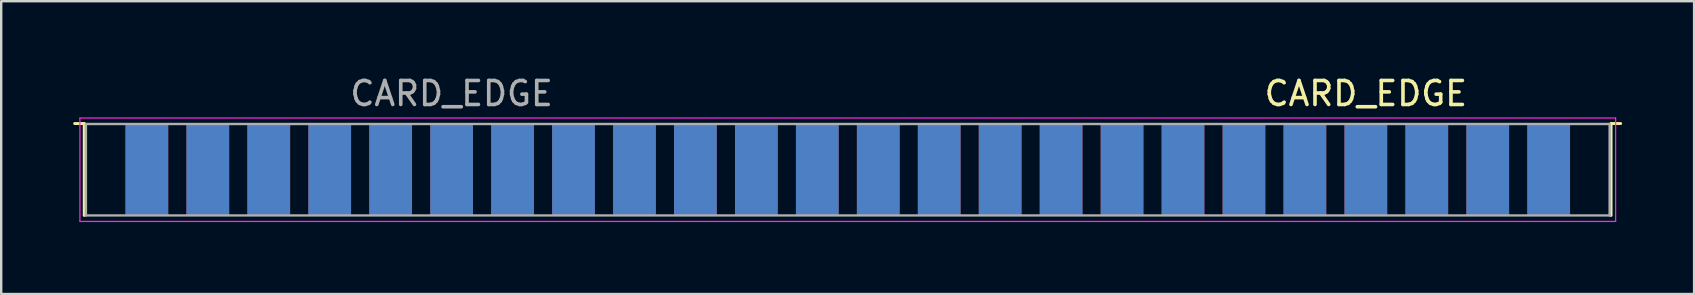
<source format=kicad_pcb>
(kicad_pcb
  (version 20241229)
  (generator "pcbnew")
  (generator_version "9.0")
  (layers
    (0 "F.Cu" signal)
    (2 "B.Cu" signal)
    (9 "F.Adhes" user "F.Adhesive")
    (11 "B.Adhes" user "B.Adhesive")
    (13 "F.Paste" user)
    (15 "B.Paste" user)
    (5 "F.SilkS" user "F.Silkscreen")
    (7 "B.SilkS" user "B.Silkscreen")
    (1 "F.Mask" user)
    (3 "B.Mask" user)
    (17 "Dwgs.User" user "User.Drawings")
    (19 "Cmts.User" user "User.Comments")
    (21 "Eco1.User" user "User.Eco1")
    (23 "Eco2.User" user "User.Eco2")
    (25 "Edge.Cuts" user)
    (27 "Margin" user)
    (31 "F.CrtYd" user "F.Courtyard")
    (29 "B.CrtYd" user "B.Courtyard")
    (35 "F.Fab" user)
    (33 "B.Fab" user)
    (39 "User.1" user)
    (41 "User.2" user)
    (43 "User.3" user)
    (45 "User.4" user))
  (footprint "CARD_EDGE"
    (layer "F.Cu")
    (at 33.55 4.023)
    (property "Reference" "CARD_EDGE" (at 20.32 -3.175 0) (layer "F.SilkS") (effects (font (size 1 1) (thickness 0.15))))
    (attr exclude_from_pos_files exclude_from_bom)
    (fp_line (start -33.09 -1.925) (end -33.49 -1.925) (stroke (width 0.12) (type solid)) (layer "F.SilkS"))
    (fp_line (start -33.09 1.905) (end -33.09 -1.925) (stroke (width 0.12) (type solid)) (layer "F.SilkS"))
    (fp_line (start 30.54 -1.925) (end 30.94 -1.925) (stroke (width 0.12) (type solid)) (layer "F.SilkS"))
    (fp_line (start 30.54 1.905) (end 30.54 -1.925) (stroke (width 0.12) (type solid)) (layer "F.SilkS"))
    (fp_line (start -33.27 -2.155) (end -33.27 2.155) (stroke (width 0.05) (type solid)) (layer "F.CrtYd"))
    (fp_line (start -33.27 -2.155) (end 30.73 -2.155) (stroke (width 0.05) (type solid)) (layer "F.CrtYd"))
    (fp_line (start 30.73 2.155) (end -33.27 2.155) (stroke (width 0.05) (type solid)) (layer "F.CrtYd"))
    (fp_line (start 30.73 2.155) (end 30.73 -2.155) (stroke (width 0.05) (type solid)) (layer "F.CrtYd"))
    (fp_line (start -33.02 -1.905) (end 30.48 -1.905) (stroke (width 0.1) (type solid)) (layer "F.Fab"))
    (fp_line (start -33.02 1.905) (end -33.02 -1.905) (stroke (width 0.1) (type solid)) (layer "F.Fab"))
    (fp_line (start 30.48 -1.905) (end 30.48 1.905) (stroke (width 0.1) (type solid)) (layer "F.Fab"))
    (fp_line (start 30.48 1.905) (end -33.02 1.905) (stroke (width 0.1) (type solid)) (layer "F.Fab"))
    (fp_text user "${REFERENCE}" (at -17.78 -3.175 0) (layer "F.Fab") (effects (font (size 1 1) (thickness 0.15))))
    (pad "1" connect rect (at -30.48 0) (size 1.78 3.81) (layers "F.Cu" "F.Mask"))
    (pad "2" connect rect (at -30.48 0) (size 1.78 3.81) (layers "B.Cu" "B.Mask"))
    (pad "3" connect rect (at -27.94 0) (size 1.78 3.81) (layers "F.Cu" "F.Mask"))
    (pad "4" connect rect (at -27.94 0) (size 1.78 3.81) (layers "B.Cu" "B.Mask"))
    (pad "5" connect rect (at -25.4 0) (size 1.78 3.81) (layers "F.Cu" "F.Mask"))
    (pad "6" connect rect (at -25.4 0) (size 1.78 3.81) (layers "B.Cu" "B.Mask"))
    (pad "7" connect rect (at -22.86 0) (size 1.78 3.81) (layers "F.Cu" "F.Mask"))
    (pad "8" connect rect (at -22.86 0) (size 1.78 3.81) (layers "B.Cu" "B.Mask"))
    (pad "9" connect rect (at -20.32 0) (size 1.78 3.81) (layers "F.Cu" "F.Mask"))
    (pad "10" connect rect (at -20.32 0) (size 1.78 3.81) (layers "B.Cu" "B.Mask"))
    (pad "11" connect rect (at -17.78 0) (size 1.78 3.81) (layers "F.Cu" "F.Mask"))
    (pad "12" connect rect (at -17.78 0) (size 1.78 3.81) (layers "B.Cu" "B.Mask"))
    (pad "13" connect rect (at -15.24 0) (size 1.78 3.81) (layers "F.Cu" "F.Mask"))
    (pad "14" connect rect (at -15.24 0) (size 1.78 3.81) (layers "B.Cu" "B.Mask"))
    (pad "15" connect rect (at -12.7 0) (size 1.78 3.81) (layers "F.Cu" "F.Mask"))
    (pad "16" connect rect (at -12.7 0) (size 1.78 3.81) (layers "B.Cu" "B.Mask"))
    (pad "17" connect rect (at -10.16 0) (size 1.78 3.81) (layers "F.Cu" "F.Mask"))
    (pad "18" connect rect (at -10.16 0) (size 1.78 3.81) (layers "B.Cu" "B.Mask"))
    (pad "19" connect rect (at -7.62 0) (size 1.78 3.81) (layers "F.Cu" "F.Mask"))
    (pad "20" connect rect (at -7.62 0) (size 1.78 3.81) (layers "B.Cu" "B.Mask"))
    (pad "21" connect rect (at -5.08 0) (size 1.78 3.81) (layers "F.Cu" "F.Mask"))
    (pad "22" connect rect (at -5.08 0) (size 1.78 3.81) (layers "B.Cu" "B.Mask"))
    (pad "23" connect rect (at -2.54 0) (size 1.78 3.81) (layers "F.Cu" "F.Mask"))
    (pad "24" connect rect (at -2.54 0) (size 1.78 3.81) (layers "B.Cu" "B.Mask"))
    (pad "25" connect rect (at 0 0) (size 1.78 3.81) (layers "F.Cu" "F.Mask"))
    (pad "26" connect rect (at 0 0) (size 1.78 3.81) (layers "B.Cu" "B.Mask"))
    (pad "27" connect rect (at 2.54 0) (size 1.78 3.81) (layers "F.Cu" "F.Mask"))
    (pad "28" connect rect (at 2.54 0) (size 1.78 3.81) (layers "B.Cu" "B.Mask"))
    (pad "29" connect rect (at 5.08 0) (size 1.78 3.81) (layers "F.Cu" "F.Mask"))
    (pad "30" connect rect (at 5.08 0) (size 1.78 3.81) (layers "B.Cu" "B.Mask"))
    (pad "31" connect rect (at 7.62 0) (size 1.78 3.81) (layers "F.Cu" "F.Mask"))
    (pad "32" connect rect (at 7.62 0) (size 1.78 3.81) (layers "B.Cu" "B.Mask"))
    (pad "33" connect rect (at 10.16 0) (size 1.78 3.81) (layers "F.Cu" "F.Mask"))
    (pad "34" connect rect (at 10.16 0) (size 1.78 3.81) (layers "B.Cu" "B.Mask"))
    (pad "35" connect rect (at 12.7 0) (size 1.78 3.81) (layers "F.Cu" "F.Mask"))
    (pad "36" connect rect (at 12.7 0) (size 1.78 3.81) (layers "B.Cu" "B.Mask"))
    (pad "37" connect rect (at 15.24 0) (size 1.78 3.81) (layers "F.Cu" "F.Mask"))
    (pad "38" connect rect (at 15.24 0) (size 1.78 3.81) (layers "B.Cu" "B.Mask"))
    (pad "39" connect rect (at 17.78 0) (size 1.78 3.81) (layers "F.Cu" "F.Mask"))
    (pad "40" connect rect (at 17.78 0) (size 1.78 3.81) (layers "B.Cu" "B.Mask"))
    (pad "41" connect rect (at 20.32 0) (size 1.78 3.81) (layers "F.Cu" "F.Mask"))
    (pad "42" connect rect (at 20.32 0) (size 1.78 3.81) (layers "B.Cu" "B.Mask"))
    (pad "43" connect rect (at 22.86 0) (size 1.78 3.81) (layers "F.Cu" "F.Mask"))
    (pad "44" connect rect (at 22.86 0) (size 1.78 3.81) (layers "B.Cu" "B.Mask"))
    (pad "45" connect rect (at 25.4 0) (size 1.78 3.81) (layers "F.Cu" "F.Mask"))
    (pad "46" connect rect (at 25.4 0) (size 1.78 3.81) (layers "B.Cu" "B.Mask"))
    (pad "47" connect rect (at 27.94 0) (size 1.78 3.81) (layers "F.Cu" "F.Mask"))
    (pad "48" connect rect (at 27.94 0) (size 1.78 3.81) (layers "B.Cu" "B.Mask")))
  (gr_rect
    (start -3 -3)
    (end 67.55 9.203)
    (stroke (width 0.1) (type default))
    (fill no)
    (layer "Edge.Cuts")))
</source>
